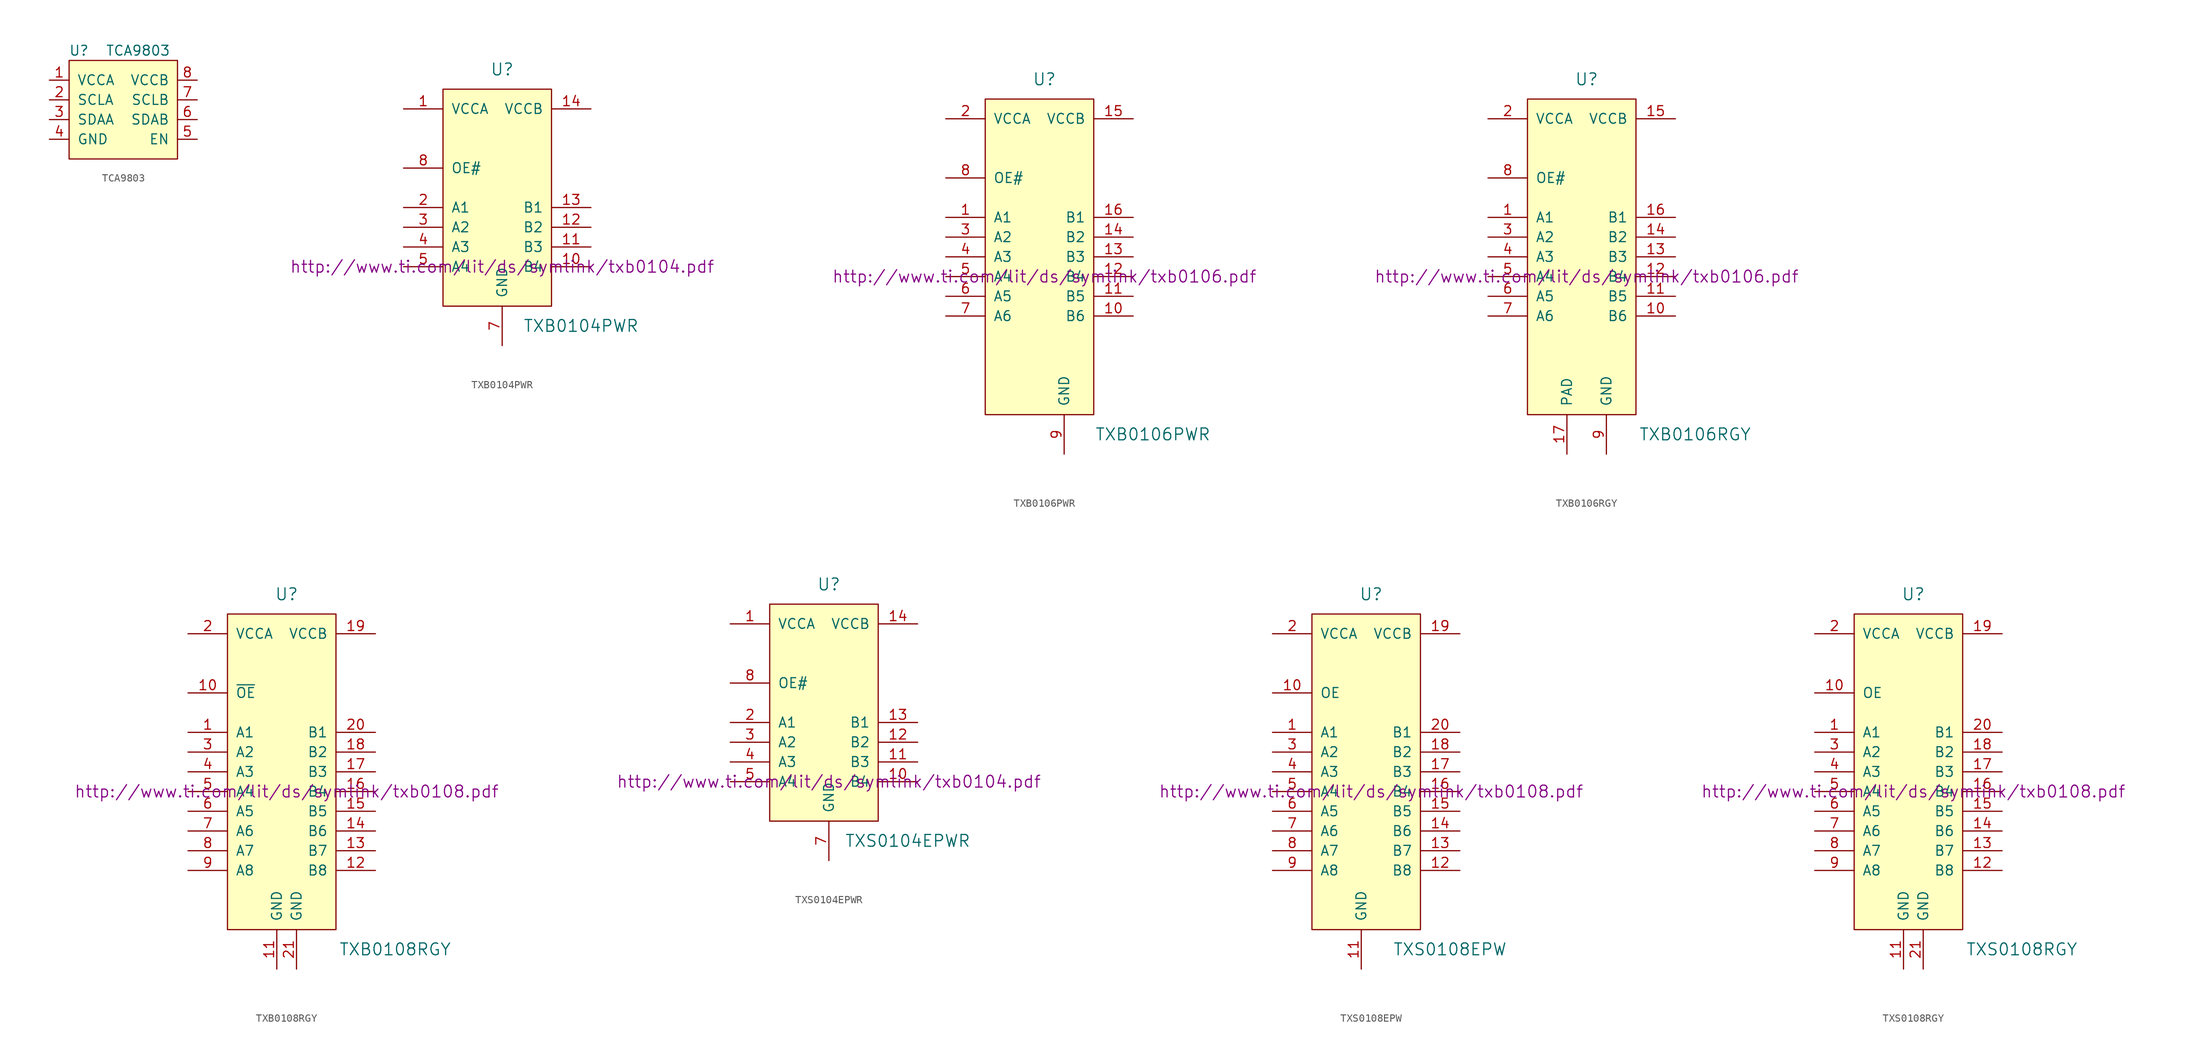
<source format=kicad_sym>
(kicad_symbol_lib
  (version 20201005)
  (generator kicad_symbol_editor)
  (symbol "voltage_translators:TCA9803"
    (pin_names
      (offset 1.016))
    (property "Reference" "U"
      (at -5.08 6.35 0)
      (effects (font (size 1.27 1.27))))
    (property "Value" "TCA9803"
      (at 2.54 6.35 0)
      (effects (font (size 1.27 1.27))))
    (symbol "TCA9803_0_1"
      (rectangle (start 7.62 5.08) (end -6.35 -7.62) (stroke (width 0)) (fill (type background))))
    (symbol "TCA9803_1_1"
      (pin input line (at -8.89 2.54 0) (length 2.54) (name "VCCA" (effects (font (size 1.27 1.27)))) (number "1" (effects (font (size 1.27 1.27)))))
      (pin input line (at -8.89 0 0) (length 2.54) (name "SCLA" (effects (font (size 1.27 1.27)))) (number "2" (effects (font (size 1.27 1.27)))))
      (pin input line (at -8.89 -2.54 0) (length 2.54) (name "SDAA" (effects (font (size 1.27 1.27)))) (number "3" (effects (font (size 1.27 1.27)))))
      (pin input line (at -8.89 -5.08 0) (length 2.54) (name "GND" (effects (font (size 1.27 1.27)))) (number "4" (effects (font (size 1.27 1.27)))))
      (pin input line (at 10.16 -5.08 180) (length 2.54) (name "EN" (effects (font (size 1.27 1.27)))) (number "5" (effects (font (size 1.27 1.27)))))
      (pin input line (at 10.16 -2.54 180) (length 2.54) (name "SDAB" (effects (font (size 1.27 1.27)))) (number "6" (effects (font (size 1.27 1.27)))))
      (pin input line (at 10.16 0 180) (length 2.54) (name "SCLB" (effects (font (size 1.27 1.27)))) (number "7" (effects (font (size 1.27 1.27)))))
      (pin input line (at 10.16 2.54 180) (length 2.54) (name "VCCB" (effects (font (size 1.27 1.27)))) (number "8" (effects (font (size 1.27 1.27)))))))
  (symbol "voltage_translators:TXB0104PWR"
    (pin_names
      (offset 1.016))
    (property "Reference" "U"
      (at 0 15.24 0)
      (effects (font (size 1.524 1.524))))
    (property "Value" "TXB0104PWR"
      (at 10.16 -17.78 0)
      (effects (font (size 1.524 1.524))))
    (property "Footprint" ""
      (at 0 -10.16 0)
      (effects (font (size 1.524 1.524))))
    (property "Datasheet" "http://www.ti.com/lit/ds/symlink/txb0104.pdf"
      (at 0 -10.16 0)
      (effects (font (size 1.524 1.524))))
    (symbol "TXB0104PWR_0_1"
      (rectangle (start -7.62 12.7) (end 6.35 -15.24) (stroke (width 0)) (fill (type background))))
    (symbol "TXB0104PWR_1_1"
      (pin input line (at -12.7 10.16 0) (length 5.08) (name "VCCA" (effects (font (size 1.27 1.27)))) (number "1" (effects (font (size 1.27 1.27)))))
      (pin input line (at 11.43 -10.16 180) (length 5.08) (name "B4" (effects (font (size 1.27 1.27)))) (number "10" (effects (font (size 1.27 1.27)))))
      (pin input line (at 11.43 -7.62 180) (length 5.08) (name "B3" (effects (font (size 1.27 1.27)))) (number "11" (effects (font (size 1.27 1.27)))))
      (pin input line (at 11.43 -5.08 180) (length 5.08) (name "B2" (effects (font (size 1.27 1.27)))) (number "12" (effects (font (size 1.27 1.27)))))
      (pin input line (at 11.43 -2.54 180) (length 5.08) (name "B1" (effects (font (size 1.27 1.27)))) (number "13" (effects (font (size 1.27 1.27)))))
      (pin input line (at 11.43 10.16 180) (length 5.08) (name "VCCB" (effects (font (size 1.27 1.27)))) (number "14" (effects (font (size 1.27 1.27)))))
      (pin input line (at -12.7 -2.54 0) (length 5.08) (name "A1" (effects (font (size 1.27 1.27)))) (number "2" (effects (font (size 1.27 1.27)))))
      (pin input line (at -12.7 -5.08 0) (length 5.08) (name "A2" (effects (font (size 1.27 1.27)))) (number "3" (effects (font (size 1.27 1.27)))))
      (pin input line (at -12.7 -7.62 0) (length 5.08) (name "A3" (effects (font (size 1.27 1.27)))) (number "4" (effects (font (size 1.27 1.27)))))
      (pin input line (at -12.7 -10.16 0) (length 5.08) (name "A4" (effects (font (size 1.27 1.27)))) (number "5" (effects (font (size 1.27 1.27)))))
      (pin input line (at 0 -20.32 90) (length 5.08) (name "GND" (effects (font (size 1.27 1.27)))) (number "7" (effects (font (size 1.27 1.27)))))
      (pin input line (at -12.7 2.54 0) (length 5.08) (name "OE#" (effects (font (size 1.27 1.27)))) (number "8" (effects (font (size 1.27 1.27)))))))
  (symbol "voltage_translators:TXB0106PWR"
    (pin_names
      (offset 1.016))
    (property "Reference" "U"
      (at 0 25.4 0)
      (effects (font (size 1.524 1.524))))
    (property "Value" "TXB0106PWR"
      (at 13.97 -20.32 0)
      (effects (font (size 1.524 1.524))))
    (property "Footprint" ""
      (at 0 0 0)
      (effects (font (size 1.524 1.524))))
    (property "Datasheet" "http://www.ti.com/lit/ds/symlink/txb0106.pdf"
      (at 0 0 0)
      (effects (font (size 1.524 1.524))))
    (symbol "TXB0106PWR_0_1"
      (rectangle (start -7.62 22.86) (end 6.35 -17.78) (stroke (width 0)) (fill (type background))))
    (symbol "TXB0106PWR_1_1"
      (pin input line (at -12.7 7.62 0) (length 5.08) (name "A1" (effects (font (size 1.27 1.27)))) (number "1" (effects (font (size 1.27 1.27)))))
      (pin input line (at 11.43 -5.08 180) (length 5.08) (name "B6" (effects (font (size 1.27 1.27)))) (number "10" (effects (font (size 1.27 1.27)))))
      (pin input line (at 11.43 -2.54 180) (length 5.08) (name "B5" (effects (font (size 1.27 1.27)))) (number "11" (effects (font (size 1.27 1.27)))))
      (pin input line (at 11.43 0 180) (length 5.08) (name "B4" (effects (font (size 1.27 1.27)))) (number "12" (effects (font (size 1.27 1.27)))))
      (pin input line (at 11.43 2.54 180) (length 5.08) (name "B3" (effects (font (size 1.27 1.27)))) (number "13" (effects (font (size 1.27 1.27)))))
      (pin input line (at 11.43 5.08 180) (length 5.08) (name "B2" (effects (font (size 1.27 1.27)))) (number "14" (effects (font (size 1.27 1.27)))))
      (pin input line (at 11.43 20.32 180) (length 5.08) (name "VCCB" (effects (font (size 1.27 1.27)))) (number "15" (effects (font (size 1.27 1.27)))))
      (pin input line (at 11.43 7.62 180) (length 5.08) (name "B1" (effects (font (size 1.27 1.27)))) (number "16" (effects (font (size 1.27 1.27)))))
      (pin input line (at -12.7 20.32 0) (length 5.08) (name "VCCA" (effects (font (size 1.27 1.27)))) (number "2" (effects (font (size 1.27 1.27)))))
      (pin input line (at -12.7 5.08 0) (length 5.08) (name "A2" (effects (font (size 1.27 1.27)))) (number "3" (effects (font (size 1.27 1.27)))))
      (pin input line (at -12.7 2.54 0) (length 5.08) (name "A3" (effects (font (size 1.27 1.27)))) (number "4" (effects (font (size 1.27 1.27)))))
      (pin input line (at -12.7 0 0) (length 5.08) (name "A4" (effects (font (size 1.27 1.27)))) (number "5" (effects (font (size 1.27 1.27)))))
      (pin input line (at -12.7 -2.54 0) (length 5.08) (name "A5" (effects (font (size 1.27 1.27)))) (number "6" (effects (font (size 1.27 1.27)))))
      (pin input line (at -12.7 -5.08 0) (length 5.08) (name "A6" (effects (font (size 1.27 1.27)))) (number "7" (effects (font (size 1.27 1.27)))))
      (pin input line (at -12.7 12.7 0) (length 5.08) (name "OE#" (effects (font (size 1.27 1.27)))) (number "8" (effects (font (size 1.27 1.27)))))
      (pin input line (at 2.54 -22.86 90) (length 5.08) (name "GND" (effects (font (size 1.27 1.27)))) (number "9" (effects (font (size 1.27 1.27)))))))
  (symbol "voltage_translators:TXB0106RGY"
    (pin_names
      (offset 1.016))
    (property "Reference" "U"
      (at 0 25.4 0)
      (effects (font (size 1.524 1.524))))
    (property "Value" "TXB0106RGY"
      (at 13.97 -20.32 0)
      (effects (font (size 1.524 1.524))))
    (property "Footprint" ""
      (at 0 0 0)
      (effects (font (size 1.524 1.524))))
    (property "Datasheet" "http://www.ti.com/lit/ds/symlink/txb0106.pdf"
      (at 0 0 0)
      (effects (font (size 1.524 1.524))))
    (symbol "TXB0106RGY_0_1"
      (rectangle (start -7.62 22.86) (end 6.35 -17.78) (stroke (width 0)) (fill (type background))))
    (symbol "TXB0106RGY_1_1"
      (pin input line (at -12.7 7.62 0) (length 5.08) (name "A1" (effects (font (size 1.27 1.27)))) (number "1" (effects (font (size 1.27 1.27)))))
      (pin input line (at 11.43 -5.08 180) (length 5.08) (name "B6" (effects (font (size 1.27 1.27)))) (number "10" (effects (font (size 1.27 1.27)))))
      (pin input line (at 11.43 -2.54 180) (length 5.08) (name "B5" (effects (font (size 1.27 1.27)))) (number "11" (effects (font (size 1.27 1.27)))))
      (pin input line (at 11.43 0 180) (length 5.08) (name "B4" (effects (font (size 1.27 1.27)))) (number "12" (effects (font (size 1.27 1.27)))))
      (pin input line (at 11.43 2.54 180) (length 5.08) (name "B3" (effects (font (size 1.27 1.27)))) (number "13" (effects (font (size 1.27 1.27)))))
      (pin input line (at 11.43 5.08 180) (length 5.08) (name "B2" (effects (font (size 1.27 1.27)))) (number "14" (effects (font (size 1.27 1.27)))))
      (pin input line (at 11.43 20.32 180) (length 5.08) (name "VCCB" (effects (font (size 1.27 1.27)))) (number "15" (effects (font (size 1.27 1.27)))))
      (pin input line (at 11.43 7.62 180) (length 5.08) (name "B1" (effects (font (size 1.27 1.27)))) (number "16" (effects (font (size 1.27 1.27)))))
      (pin input line (at -2.54 -22.86 90) (length 5.08) (name "PAD" (effects (font (size 1.27 1.27)))) (number "17" (effects (font (size 1.27 1.27)))))
      (pin input line (at -12.7 20.32 0) (length 5.08) (name "VCCA" (effects (font (size 1.27 1.27)))) (number "2" (effects (font (size 1.27 1.27)))))
      (pin input line (at -12.7 5.08 0) (length 5.08) (name "A2" (effects (font (size 1.27 1.27)))) (number "3" (effects (font (size 1.27 1.27)))))
      (pin input line (at -12.7 2.54 0) (length 5.08) (name "A3" (effects (font (size 1.27 1.27)))) (number "4" (effects (font (size 1.27 1.27)))))
      (pin input line (at -12.7 0 0) (length 5.08) (name "A4" (effects (font (size 1.27 1.27)))) (number "5" (effects (font (size 1.27 1.27)))))
      (pin input line (at -12.7 -2.54 0) (length 5.08) (name "A5" (effects (font (size 1.27 1.27)))) (number "6" (effects (font (size 1.27 1.27)))))
      (pin input line (at -12.7 -5.08 0) (length 5.08) (name "A6" (effects (font (size 1.27 1.27)))) (number "7" (effects (font (size 1.27 1.27)))))
      (pin input line (at -12.7 12.7 0) (length 5.08) (name "OE#" (effects (font (size 1.27 1.27)))) (number "8" (effects (font (size 1.27 1.27)))))
      (pin input line (at 2.54 -22.86 90) (length 5.08) (name "GND" (effects (font (size 1.27 1.27)))) (number "9" (effects (font (size 1.27 1.27)))))))
  (symbol "voltage_translators:TXB0108RGY"
    (pin_names
      (offset 1.016))
    (property "Reference" "U"
      (at 0 25.4 0)
      (effects (font (size 1.524 1.524))))
    (property "Value" "TXB0108RGY"
      (at 13.97 -20.32 0)
      (effects (font (size 1.524 1.524))))
    (property "Footprint" ""
      (at 0 0 0)
      (effects (font (size 1.524 1.524))))
    (property "Datasheet" "http://www.ti.com/lit/ds/symlink/txb0108.pdf"
      (at 0 0 0)
      (effects (font (size 1.524 1.524))))
    (symbol "TXB0108RGY_0_1"
      (rectangle (start -7.62 22.86) (end 6.35 -17.78) (stroke (width 0)) (fill (type background))))
    (symbol "TXB0108RGY_1_1"
      (pin input line (at -12.7 7.62 0) (length 5.08) (name "A1" (effects (font (size 1.27 1.27)))) (number "1" (effects (font (size 1.27 1.27)))))
      (pin input line (at -12.7 12.7 0) (length 5.08) (name "~OE" (effects (font (size 1.27 1.27)))) (number "10" (effects (font (size 1.27 1.27)))))
      (pin input line (at -1.27 -22.86 90) (length 5.08) (name "GND" (effects (font (size 1.27 1.27)))) (number "11" (effects (font (size 1.27 1.27)))))
      (pin input line (at 11.43 -10.16 180) (length 5.08) (name "B8" (effects (font (size 1.27 1.27)))) (number "12" (effects (font (size 1.27 1.27)))))
      (pin input line (at 11.43 -7.62 180) (length 5.08) (name "B7" (effects (font (size 1.27 1.27)))) (number "13" (effects (font (size 1.27 1.27)))))
      (pin input line (at 11.43 -5.08 180) (length 5.08) (name "B6" (effects (font (size 1.27 1.27)))) (number "14" (effects (font (size 1.27 1.27)))))
      (pin input line (at 11.43 -2.54 180) (length 5.08) (name "B5" (effects (font (size 1.27 1.27)))) (number "15" (effects (font (size 1.27 1.27)))))
      (pin input line (at 11.43 0 180) (length 5.08) (name "B4" (effects (font (size 1.27 1.27)))) (number "16" (effects (font (size 1.27 1.27)))))
      (pin input line (at 11.43 2.54 180) (length 5.08) (name "B3" (effects (font (size 1.27 1.27)))) (number "17" (effects (font (size 1.27 1.27)))))
      (pin input line (at 11.43 5.08 180) (length 5.08) (name "B2" (effects (font (size 1.27 1.27)))) (number "18" (effects (font (size 1.27 1.27)))))
      (pin input line (at 11.43 20.32 180) (length 5.08) (name "VCCB" (effects (font (size 1.27 1.27)))) (number "19" (effects (font (size 1.27 1.27)))))
      (pin input line (at -12.7 20.32 0) (length 5.08) (name "VCCA" (effects (font (size 1.27 1.27)))) (number "2" (effects (font (size 1.27 1.27)))))
      (pin input line (at 11.43 7.62 180) (length 5.08) (name "B1" (effects (font (size 1.27 1.27)))) (number "20" (effects (font (size 1.27 1.27)))))
      (pin input line (at 1.27 -22.86 90) (length 5.08) (name "GND" (effects (font (size 1.27 1.27)))) (number "21" (effects (font (size 1.27 1.27)))))
      (pin input line (at -12.7 5.08 0) (length 5.08) (name "A2" (effects (font (size 1.27 1.27)))) (number "3" (effects (font (size 1.27 1.27)))))
      (pin input line (at -12.7 2.54 0) (length 5.08) (name "A3" (effects (font (size 1.27 1.27)))) (number "4" (effects (font (size 1.27 1.27)))))
      (pin input line (at -12.7 0 0) (length 5.08) (name "A4" (effects (font (size 1.27 1.27)))) (number "5" (effects (font (size 1.27 1.27)))))
      (pin input line (at -12.7 -2.54 0) (length 5.08) (name "A5" (effects (font (size 1.27 1.27)))) (number "6" (effects (font (size 1.27 1.27)))))
      (pin input line (at -12.7 -5.08 0) (length 5.08) (name "A6" (effects (font (size 1.27 1.27)))) (number "7" (effects (font (size 1.27 1.27)))))
      (pin input line (at -12.7 -7.62 0) (length 5.08) (name "A7" (effects (font (size 1.27 1.27)))) (number "8" (effects (font (size 1.27 1.27)))))
      (pin input line (at -12.7 -10.16 0) (length 5.08) (name "A8" (effects (font (size 1.27 1.27)))) (number "9" (effects (font (size 1.27 1.27)))))))
  (symbol "voltage_translators:TXS0104EPWR"
    (pin_names
      (offset 1.016))
    (property "Reference" "U"
      (at 0 15.24 0)
      (effects (font (size 1.524 1.524))))
    (property "Value" "TXS0104EPWR"
      (at 10.16 -17.78 0)
      (effects (font (size 1.524 1.524))))
    (property "Footprint" ""
      (at 0 -10.16 0)
      (effects (font (size 1.524 1.524))))
    (property "Datasheet" "http://www.ti.com/lit/ds/symlink/txb0104.pdf"
      (at 0 -10.16 0)
      (effects (font (size 1.524 1.524))))
    (symbol "TXS0104EPWR_0_1"
      (rectangle (start -7.62 12.7) (end 6.35 -15.24) (stroke (width 0)) (fill (type background))))
    (symbol "TXS0104EPWR_1_1"
      (pin input line (at -12.7 10.16 0) (length 5.08) (name "VCCA" (effects (font (size 1.27 1.27)))) (number "1" (effects (font (size 1.27 1.27)))))
      (pin input line (at 11.43 -10.16 180) (length 5.08) (name "B4" (effects (font (size 1.27 1.27)))) (number "10" (effects (font (size 1.27 1.27)))))
      (pin input line (at 11.43 -7.62 180) (length 5.08) (name "B3" (effects (font (size 1.27 1.27)))) (number "11" (effects (font (size 1.27 1.27)))))
      (pin input line (at 11.43 -5.08 180) (length 5.08) (name "B2" (effects (font (size 1.27 1.27)))) (number "12" (effects (font (size 1.27 1.27)))))
      (pin input line (at 11.43 -2.54 180) (length 5.08) (name "B1" (effects (font (size 1.27 1.27)))) (number "13" (effects (font (size 1.27 1.27)))))
      (pin input line (at 11.43 10.16 180) (length 5.08) (name "VCCB" (effects (font (size 1.27 1.27)))) (number "14" (effects (font (size 1.27 1.27)))))
      (pin input line (at -12.7 -2.54 0) (length 5.08) (name "A1" (effects (font (size 1.27 1.27)))) (number "2" (effects (font (size 1.27 1.27)))))
      (pin input line (at -12.7 -5.08 0) (length 5.08) (name "A2" (effects (font (size 1.27 1.27)))) (number "3" (effects (font (size 1.27 1.27)))))
      (pin input line (at -12.7 -7.62 0) (length 5.08) (name "A3" (effects (font (size 1.27 1.27)))) (number "4" (effects (font (size 1.27 1.27)))))
      (pin input line (at -12.7 -10.16 0) (length 5.08) (name "A4" (effects (font (size 1.27 1.27)))) (number "5" (effects (font (size 1.27 1.27)))))
      (pin input line (at 0 -20.32 90) (length 5.08) (name "GND" (effects (font (size 1.27 1.27)))) (number "7" (effects (font (size 1.27 1.27)))))
      (pin input line (at -12.7 2.54 0) (length 5.08) (name "OE#" (effects (font (size 1.27 1.27)))) (number "8" (effects (font (size 1.27 1.27)))))))
  (symbol "voltage_translators:TXS0108EPW"
    (pin_names
      (offset 1.016))
    (property "Reference" "U"
      (at 0 25.4 0)
      (effects (font (size 1.524 1.524))))
    (property "Value" "TXS0108EPW"
      (at 10.16 -20.32 0)
      (effects (font (size 1.524 1.524))))
    (property "Datasheet" "http://www.ti.com/lit/ds/symlink/txb0108.pdf"
      (at 0 0 0)
      (effects (font (size 1.524 1.524))))
    (symbol "TXS0108EPW_0_1"
      (rectangle (start -7.62 22.86) (end 6.35 -17.78) (stroke (width 0)) (fill (type background))))
    (symbol "TXS0108EPW_1_1"
      (pin input line (at -12.7 7.62 0) (length 5.08) (name "A1" (effects (font (size 1.27 1.27)))) (number "1" (effects (font (size 1.27 1.27)))))
      (pin input line (at -12.7 12.7 0) (length 5.08) (name "OE" (effects (font (size 1.27 1.27)))) (number "10" (effects (font (size 1.27 1.27)))))
      (pin input line (at -1.27 -22.86 90) (length 5.08) (name "GND" (effects (font (size 1.27 1.27)))) (number "11" (effects (font (size 1.27 1.27)))))
      (pin input line (at 11.43 -10.16 180) (length 5.08) (name "B8" (effects (font (size 1.27 1.27)))) (number "12" (effects (font (size 1.27 1.27)))))
      (pin input line (at 11.43 -7.62 180) (length 5.08) (name "B7" (effects (font (size 1.27 1.27)))) (number "13" (effects (font (size 1.27 1.27)))))
      (pin input line (at 11.43 -5.08 180) (length 5.08) (name "B6" (effects (font (size 1.27 1.27)))) (number "14" (effects (font (size 1.27 1.27)))))
      (pin input line (at 11.43 -2.54 180) (length 5.08) (name "B5" (effects (font (size 1.27 1.27)))) (number "15" (effects (font (size 1.27 1.27)))))
      (pin input line (at 11.43 0 180) (length 5.08) (name "B4" (effects (font (size 1.27 1.27)))) (number "16" (effects (font (size 1.27 1.27)))))
      (pin input line (at 11.43 2.54 180) (length 5.08) (name "B3" (effects (font (size 1.27 1.27)))) (number "17" (effects (font (size 1.27 1.27)))))
      (pin input line (at 11.43 5.08 180) (length 5.08) (name "B2" (effects (font (size 1.27 1.27)))) (number "18" (effects (font (size 1.27 1.27)))))
      (pin input line (at 11.43 20.32 180) (length 5.08) (name "VCCB" (effects (font (size 1.27 1.27)))) (number "19" (effects (font (size 1.27 1.27)))))
      (pin input line (at -12.7 20.32 0) (length 5.08) (name "VCCA" (effects (font (size 1.27 1.27)))) (number "2" (effects (font (size 1.27 1.27)))))
      (pin input line (at 11.43 7.62 180) (length 5.08) (name "B1" (effects (font (size 1.27 1.27)))) (number "20" (effects (font (size 1.27 1.27)))))
      (pin input line (at -12.7 5.08 0) (length 5.08) (name "A2" (effects (font (size 1.27 1.27)))) (number "3" (effects (font (size 1.27 1.27)))))
      (pin input line (at -12.7 2.54 0) (length 5.08) (name "A3" (effects (font (size 1.27 1.27)))) (number "4" (effects (font (size 1.27 1.27)))))
      (pin input line (at -12.7 0 0) (length 5.08) (name "A4" (effects (font (size 1.27 1.27)))) (number "5" (effects (font (size 1.27 1.27)))))
      (pin input line (at -12.7 -2.54 0) (length 5.08) (name "A5" (effects (font (size 1.27 1.27)))) (number "6" (effects (font (size 1.27 1.27)))))
      (pin input line (at -12.7 -5.08 0) (length 5.08) (name "A6" (effects (font (size 1.27 1.27)))) (number "7" (effects (font (size 1.27 1.27)))))
      (pin input line (at -12.7 -7.62 0) (length 5.08) (name "A7" (effects (font (size 1.27 1.27)))) (number "8" (effects (font (size 1.27 1.27)))))
      (pin input line (at -12.7 -10.16 0) (length 5.08) (name "A8" (effects (font (size 1.27 1.27)))) (number "9" (effects (font (size 1.27 1.27)))))))
  (symbol "voltage_translators:TXS0108RGY"
    (pin_names
      (offset 1.016))
    (property "Reference" "U"
      (at 0 25.4 0)
      (effects (font (size 1.524 1.524))))
    (property "Value" "TXS0108RGY"
      (at 13.97 -20.32 0)
      (effects (font (size 1.524 1.524))))
    (property "Footprint" ""
      (at 0 0 0)
      (effects (font (size 1.524 1.524))))
    (property "Datasheet" "http://www.ti.com/lit/ds/symlink/txb0108.pdf"
      (at 0 0 0)
      (effects (font (size 1.524 1.524))))
    (symbol "TXS0108RGY_0_1"
      (rectangle (start -7.62 22.86) (end 6.35 -17.78) (stroke (width 0)) (fill (type background))))
    (symbol "TXS0108RGY_1_1"
      (pin input line (at -12.7 7.62 0) (length 5.08) (name "A1" (effects (font (size 1.27 1.27)))) (number "1" (effects (font (size 1.27 1.27)))))
      (pin input line (at -12.7 12.7 0) (length 5.08) (name "OE" (effects (font (size 1.27 1.27)))) (number "10" (effects (font (size 1.27 1.27)))))
      (pin input line (at -1.27 -22.86 90) (length 5.08) (name "GND" (effects (font (size 1.27 1.27)))) (number "11" (effects (font (size 1.27 1.27)))))
      (pin input line (at 11.43 -10.16 180) (length 5.08) (name "B8" (effects (font (size 1.27 1.27)))) (number "12" (effects (font (size 1.27 1.27)))))
      (pin input line (at 11.43 -7.62 180) (length 5.08) (name "B7" (effects (font (size 1.27 1.27)))) (number "13" (effects (font (size 1.27 1.27)))))
      (pin input line (at 11.43 -5.08 180) (length 5.08) (name "B6" (effects (font (size 1.27 1.27)))) (number "14" (effects (font (size 1.27 1.27)))))
      (pin input line (at 11.43 -2.54 180) (length 5.08) (name "B5" (effects (font (size 1.27 1.27)))) (number "15" (effects (font (size 1.27 1.27)))))
      (pin input line (at 11.43 0 180) (length 5.08) (name "B4" (effects (font (size 1.27 1.27)))) (number "16" (effects (font (size 1.27 1.27)))))
      (pin input line (at 11.43 2.54 180) (length 5.08) (name "B3" (effects (font (size 1.27 1.27)))) (number "17" (effects (font (size 1.27 1.27)))))
      (pin input line (at 11.43 5.08 180) (length 5.08) (name "B2" (effects (font (size 1.27 1.27)))) (number "18" (effects (font (size 1.27 1.27)))))
      (pin input line (at 11.43 20.32 180) (length 5.08) (name "VCCB" (effects (font (size 1.27 1.27)))) (number "19" (effects (font (size 1.27 1.27)))))
      (pin input line (at -12.7 20.32 0) (length 5.08) (name "VCCA" (effects (font (size 1.27 1.27)))) (number "2" (effects (font (size 1.27 1.27)))))
      (pin input line (at 11.43 7.62 180) (length 5.08) (name "B1" (effects (font (size 1.27 1.27)))) (number "20" (effects (font (size 1.27 1.27)))))
      (pin input line (at 1.27 -22.86 90) (length 5.08) (name "GND" (effects (font (size 1.27 1.27)))) (number "21" (effects (font (size 1.27 1.27)))))
      (pin input line (at -12.7 5.08 0) (length 5.08) (name "A2" (effects (font (size 1.27 1.27)))) (number "3" (effects (font (size 1.27 1.27)))))
      (pin input line (at -12.7 2.54 0) (length 5.08) (name "A3" (effects (font (size 1.27 1.27)))) (number "4" (effects (font (size 1.27 1.27)))))
      (pin input line (at -12.7 0 0) (length 5.08) (name "A4" (effects (font (size 1.27 1.27)))) (number "5" (effects (font (size 1.27 1.27)))))
      (pin input line (at -12.7 -2.54 0) (length 5.08) (name "A5" (effects (font (size 1.27 1.27)))) (number "6" (effects (font (size 1.27 1.27)))))
      (pin input line (at -12.7 -5.08 0) (length 5.08) (name "A6" (effects (font (size 1.27 1.27)))) (number "7" (effects (font (size 1.27 1.27)))))
      (pin input line (at -12.7 -7.62 0) (length 5.08) (name "A7" (effects (font (size 1.27 1.27)))) (number "8" (effects (font (size 1.27 1.27)))))
      (pin input line (at -12.7 -10.16 0) (length 5.08) (name "A8" (effects (font (size 1.27 1.27)))) (number "9" (effects (font (size 1.27 1.27))))))))
</source>
